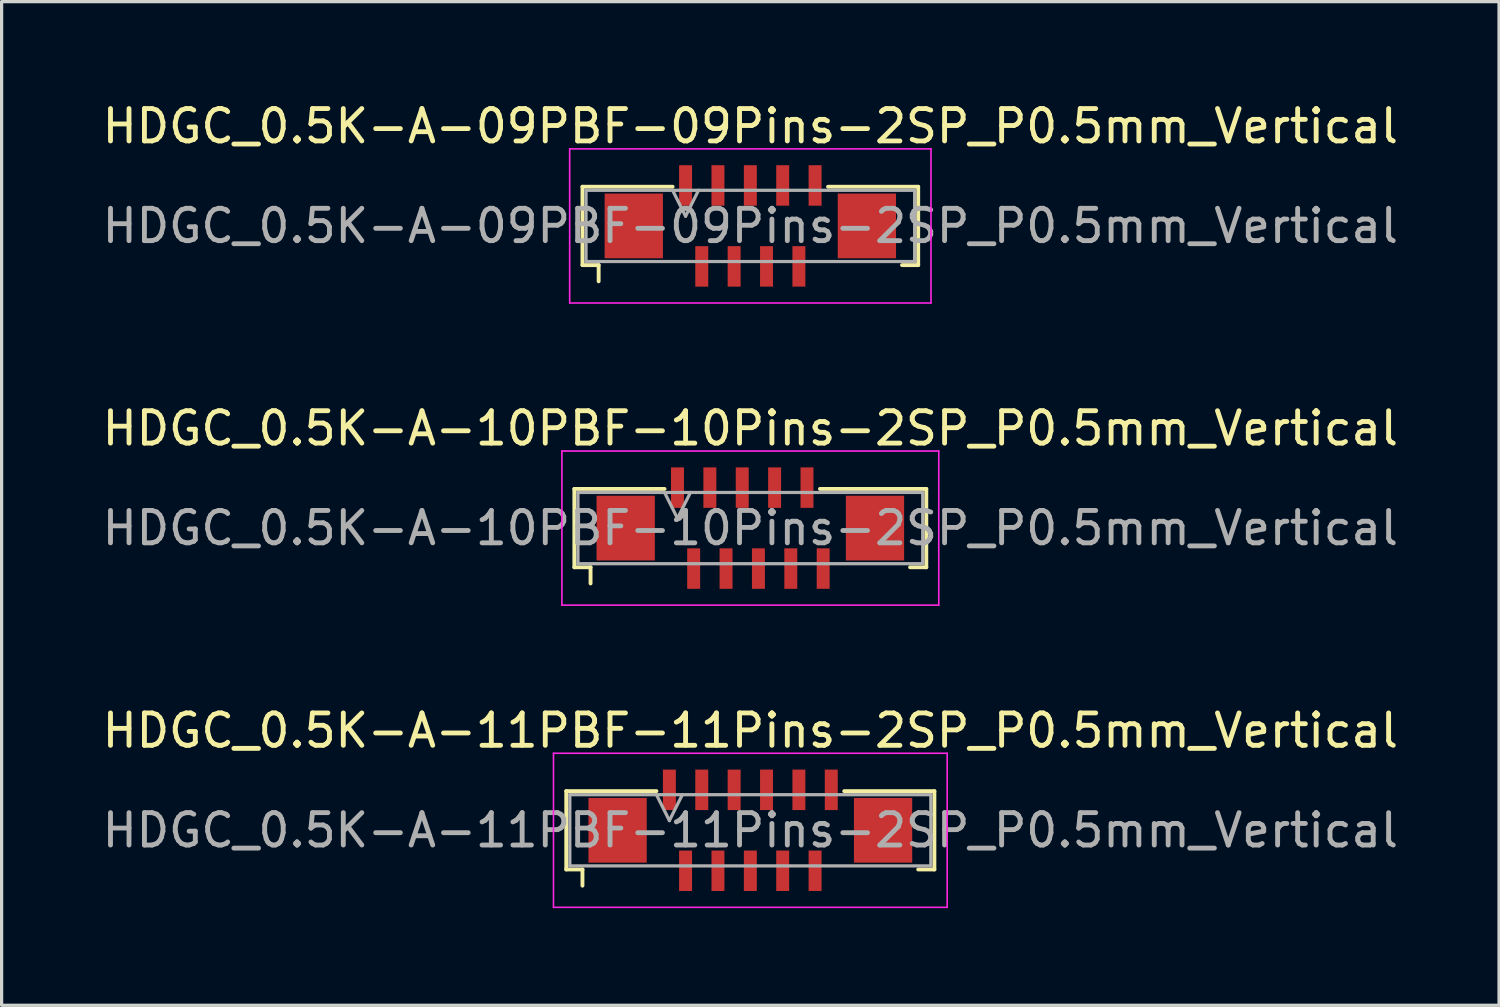
<source format=kicad_pcb>
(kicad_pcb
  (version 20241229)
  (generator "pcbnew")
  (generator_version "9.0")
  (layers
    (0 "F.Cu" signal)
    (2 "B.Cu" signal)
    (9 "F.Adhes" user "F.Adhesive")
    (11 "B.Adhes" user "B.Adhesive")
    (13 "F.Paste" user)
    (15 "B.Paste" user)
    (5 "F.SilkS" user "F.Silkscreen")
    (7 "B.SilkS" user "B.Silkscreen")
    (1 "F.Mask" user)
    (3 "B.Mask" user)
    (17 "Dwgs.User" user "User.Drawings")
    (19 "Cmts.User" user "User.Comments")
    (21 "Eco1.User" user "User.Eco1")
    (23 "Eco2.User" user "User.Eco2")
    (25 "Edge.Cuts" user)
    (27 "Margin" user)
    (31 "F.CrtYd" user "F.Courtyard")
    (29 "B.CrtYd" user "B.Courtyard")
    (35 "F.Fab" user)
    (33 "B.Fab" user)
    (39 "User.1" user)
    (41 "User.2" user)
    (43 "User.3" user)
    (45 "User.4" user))
  (footprint "HDGC_0.5K-A-11PBF-11Pins-2SP_P0.5mm_Vertical"
    (layer "F.Cu")
    (at 20.125 22.595)
    (property "Reference" "HDGC_0.5K-A-11PBF-11Pins-2SP_P0.5mm_Vertical" (at 0 -3.08 0) (layer "F.SilkS") (effects (font (size 1 1) (thickness 0.15))))
    (attr smd)
    (fp_line (start -5.685 -1.21) (end -2.9 -1.21) (stroke (width 0.12) (type solid)) (layer "F.SilkS"))
    (fp_line (start -5.685 1.21) (end -5.685 -1.21) (stroke (width 0.12) (type solid)) (layer "F.SilkS"))
    (fp_line (start -5.185 1.21) (end -5.685 1.21) (stroke (width 0.12) (type solid)) (layer "F.SilkS"))
    (fp_line (start -5.185 1.71) (end -5.185 1.21) (stroke (width 0.12) (type solid)) (layer "F.SilkS"))
    (fp_line (start 5.185 1.21) (end 5.685 1.21) (stroke (width 0.12) (type solid)) (layer "F.SilkS"))
    (fp_line (start 5.685 -1.21) (end 2.9 -1.21) (stroke (width 0.12) (type solid)) (layer "F.SilkS"))
    (fp_line (start 5.685 1.21) (end 5.685 -1.21) (stroke (width 0.12) (type solid)) (layer "F.SilkS"))
    (fp_line (start -6.08 -2.38) (end 6.08 -2.38) (stroke (width 0.05) (type solid)) (layer "F.CrtYd"))
    (fp_line (start -6.08 2.38) (end -6.08 -2.38) (stroke (width 0.05) (type solid)) (layer "F.CrtYd"))
    (fp_line (start 6.08 -2.38) (end 6.08 2.38) (stroke (width 0.05) (type solid)) (layer "F.CrtYd"))
    (fp_line (start 6.08 2.38) (end -6.08 2.38) (stroke (width 0.05) (type solid)) (layer "F.CrtYd"))
    (fp_line (start -5.575 -1.1) (end -5.575 1.1) (stroke (width 0.1) (type solid)) (layer "F.Fab"))
    (fp_line (start -5.575 1.1) (end 5.575 1.1) (stroke (width 0.1) (type solid)) (layer "F.Fab"))
    (fp_line (start -2.9 -1.1) (end -2.5 -0.3) (stroke (width 0.1) (type solid)) (layer "F.Fab"))
    (fp_line (start -2.5 -0.3) (end -2.1 -1.1) (stroke (width 0.1) (type solid)) (layer "F.Fab"))
    (fp_line (start 5.575 -1.1) (end -5.575 -1.1) (stroke (width 0.1) (type solid)) (layer "F.Fab"))
    (fp_line (start 5.575 1.1) (end 5.575 -1.1) (stroke (width 0.1) (type solid)) (layer "F.Fab"))
    (fp_text user "${REFERENCE}" (at 0 0 0) (layer "F.Fab") (effects (font (size 1 1) (thickness 0.15))))
    (pad "1" smd rect (at -2.5 -1.25) (size 0.4 1.25) (layers "F.Cu" "F.Mask" "F.Paste"))
    (pad "2" smd rect (at -2 1.25) (size 0.4 1.25) (layers "F.Cu" "F.Mask" "F.Paste"))
    (pad "3" smd rect (at -1.5 -1.25) (size 0.4 1.25) (layers "F.Cu" "F.Mask" "F.Paste"))
    (pad "4" smd rect (at -1 1.25) (size 0.4 1.25) (layers "F.Cu" "F.Mask" "F.Paste"))
    (pad "5" smd rect (at -0.5 -1.25) (size 0.4 1.25) (layers "F.Cu" "F.Mask" "F.Paste"))
    (pad "6" smd rect (at 0 1.25) (size 0.4 1.25) (layers "F.Cu" "F.Mask" "F.Paste"))
    (pad "7" smd rect (at 0.5 -1.25) (size 0.4 1.25) (layers "F.Cu" "F.Mask" "F.Paste"))
    (pad "8" smd rect (at 1 1.25) (size 0.4 1.25) (layers "F.Cu" "F.Mask" "F.Paste"))
    (pad "9" smd rect (at 1.5 -1.25) (size 0.4 1.25) (layers "F.Cu" "F.Mask" "F.Paste"))
    (pad "10" smd rect (at 2 1.25) (size 0.4 1.25) (layers "F.Cu" "F.Mask" "F.Paste"))
    (pad "11" smd rect (at 2.5 -1.25) (size 0.4 1.25) (layers "F.Cu" "F.Mask" "F.Paste"))
    (pad "MP" smd rect (at -4.1 0) (size 1.8 2) (layers "F.Cu" "F.Mask" "F.Paste"))
    (pad "MP" smd rect (at 4.1 0) (size 1.8 2) (layers "F.Cu" "F.Mask" "F.Paste")))
  (footprint "HDGC_0.5K-A-09PBF-09Pins-2SP_P0.5mm_Vertical"
    (layer "F.Cu")
    (at 20.125 3.928)
    (property "Reference" "HDGC_0.5K-A-09PBF-09Pins-2SP_P0.5mm_Vertical" (at 0 -3.08 0) (layer "F.SilkS") (effects (font (size 1 1) (thickness 0.15))))
    (attr smd)
    (fp_line (start -5.185 -1.21) (end -2.4 -1.21) (stroke (width 0.12) (type solid)) (layer "F.SilkS"))
    (fp_line (start -5.185 1.21) (end -5.185 -1.21) (stroke (width 0.12) (type solid)) (layer "F.SilkS"))
    (fp_line (start -4.685 1.21) (end -5.185 1.21) (stroke (width 0.12) (type solid)) (layer "F.SilkS"))
    (fp_line (start -4.685 1.71) (end -4.685 1.21) (stroke (width 0.12) (type solid)) (layer "F.SilkS"))
    (fp_line (start 4.685 1.21) (end 5.185 1.21) (stroke (width 0.12) (type solid)) (layer "F.SilkS"))
    (fp_line (start 5.185 -1.21) (end 2.4 -1.21) (stroke (width 0.12) (type solid)) (layer "F.SilkS"))
    (fp_line (start 5.185 1.21) (end 5.185 -1.21) (stroke (width 0.12) (type solid)) (layer "F.SilkS"))
    (fp_line (start -5.58 -2.38) (end 5.58 -2.38) (stroke (width 0.05) (type solid)) (layer "F.CrtYd"))
    (fp_line (start -5.58 2.38) (end -5.58 -2.38) (stroke (width 0.05) (type solid)) (layer "F.CrtYd"))
    (fp_line (start 5.58 -2.38) (end 5.58 2.38) (stroke (width 0.05) (type solid)) (layer "F.CrtYd"))
    (fp_line (start 5.58 2.38) (end -5.58 2.38) (stroke (width 0.05) (type solid)) (layer "F.CrtYd"))
    (fp_line (start -5.075 -1.1) (end -5.075 1.1) (stroke (width 0.1) (type solid)) (layer "F.Fab"))
    (fp_line (start -5.075 1.1) (end 5.075 1.1) (stroke (width 0.1) (type solid)) (layer "F.Fab"))
    (fp_line (start -2.4 -1.1) (end -2 -0.3) (stroke (width 0.1) (type solid)) (layer "F.Fab"))
    (fp_line (start -2 -0.3) (end -1.6 -1.1) (stroke (width 0.1) (type solid)) (layer "F.Fab"))
    (fp_line (start 5.075 -1.1) (end -5.075 -1.1) (stroke (width 0.1) (type solid)) (layer "F.Fab"))
    (fp_line (start 5.075 1.1) (end 5.075 -1.1) (stroke (width 0.1) (type solid)) (layer "F.Fab"))
    (fp_text user "${REFERENCE}" (at 0 0 0) (layer "F.Fab") (effects (font (size 1 1) (thickness 0.15))))
    (pad "1" smd rect (at -2 -1.25) (size 0.4 1.25) (layers "F.Cu" "F.Mask" "F.Paste"))
    (pad "2" smd rect (at -1.5 1.25) (size 0.4 1.25) (layers "F.Cu" "F.Mask" "F.Paste"))
    (pad "3" smd rect (at -1 -1.25) (size 0.4 1.25) (layers "F.Cu" "F.Mask" "F.Paste"))
    (pad "4" smd rect (at -0.5 1.25) (size 0.4 1.25) (layers "F.Cu" "F.Mask" "F.Paste"))
    (pad "5" smd rect (at 0 -1.25) (size 0.4 1.25) (layers "F.Cu" "F.Mask" "F.Paste"))
    (pad "6" smd rect (at 0.5 1.25) (size 0.4 1.25) (layers "F.Cu" "F.Mask" "F.Paste"))
    (pad "7" smd rect (at 1 -1.25) (size 0.4 1.25) (layers "F.Cu" "F.Mask" "F.Paste"))
    (pad "8" smd rect (at 1.5 1.25) (size 0.4 1.25) (layers "F.Cu" "F.Mask" "F.Paste"))
    (pad "9" smd rect (at 2 -1.25) (size 0.4 1.25) (layers "F.Cu" "F.Mask" "F.Paste"))
    (pad "MP" smd rect (at -3.6 0) (size 1.8 2) (layers "F.Cu" "F.Mask" "F.Paste"))
    (pad "MP" smd rect (at 3.6 0) (size 1.8 2) (layers "F.Cu" "F.Mask" "F.Paste")))
  (footprint "HDGC_0.5K-A-10PBF-10Pins-2SP_P0.5mm_Vertical"
    (layer "F.Cu")
    (at 20.125 13.261)
    (property "Reference" "HDGC_0.5K-A-10PBF-10Pins-2SP_P0.5mm_Vertical" (at 0 -3.08 0) (layer "F.SilkS") (effects (font (size 1 1) (thickness 0.15))))
    (attr smd)
    (fp_line (start -5.435 -1.21) (end -2.65 -1.21) (stroke (width 0.12) (type solid)) (layer "F.SilkS"))
    (fp_line (start -5.435 1.21) (end -5.435 -1.21) (stroke (width 0.12) (type solid)) (layer "F.SilkS"))
    (fp_line (start -4.935 1.21) (end -5.435 1.21) (stroke (width 0.12) (type solid)) (layer "F.SilkS"))
    (fp_line (start -4.935 1.71) (end -4.935 1.21) (stroke (width 0.12) (type solid)) (layer "F.SilkS"))
    (fp_line (start 4.935 1.21) (end 5.435 1.21) (stroke (width 0.12) (type solid)) (layer "F.SilkS"))
    (fp_line (start 5.435 -1.21) (end 2.15 -1.21) (stroke (width 0.12) (type solid)) (layer "F.SilkS"))
    (fp_line (start 5.435 1.21) (end 5.435 -1.21) (stroke (width 0.12) (type solid)) (layer "F.SilkS"))
    (fp_line (start -5.82 -2.38) (end 5.82 -2.38) (stroke (width 0.05) (type solid)) (layer "F.CrtYd"))
    (fp_line (start -5.82 2.38) (end -5.82 -2.38) (stroke (width 0.05) (type solid)) (layer "F.CrtYd"))
    (fp_line (start 5.82 -2.38) (end 5.82 2.38) (stroke (width 0.05) (type solid)) (layer "F.CrtYd"))
    (fp_line (start 5.82 2.38) (end -5.82 2.38) (stroke (width 0.05) (type solid)) (layer "F.CrtYd"))
    (fp_line (start -5.325 -1.1) (end -5.325 1.1) (stroke (width 0.1) (type solid)) (layer "F.Fab"))
    (fp_line (start -5.325 1.1) (end 5.325 1.1) (stroke (width 0.1) (type solid)) (layer "F.Fab"))
    (fp_line (start -2.65 -1.1) (end -2.25 -0.3) (stroke (width 0.1) (type solid)) (layer "F.Fab"))
    (fp_line (start -2.25 -0.3) (end -1.85 -1.1) (stroke (width 0.1) (type solid)) (layer "F.Fab"))
    (fp_line (start 5.325 -1.1) (end -5.325 -1.1) (stroke (width 0.1) (type solid)) (layer "F.Fab"))
    (fp_line (start 5.325 1.1) (end 5.325 -1.1) (stroke (width 0.1) (type solid)) (layer "F.Fab"))
    (fp_text user "${REFERENCE}" (at 0 0 0) (layer "F.Fab") (effects (font (size 1 1) (thickness 0.15))))
    (pad "1" smd rect (at -2.25 -1.25) (size 0.4 1.25) (layers "F.Cu" "F.Mask" "F.Paste"))
    (pad "2" smd rect (at -1.75 1.25) (size 0.4 1.25) (layers "F.Cu" "F.Mask" "F.Paste"))
    (pad "3" smd rect (at -1.25 -1.25) (size 0.4 1.25) (layers "F.Cu" "F.Mask" "F.Paste"))
    (pad "4" smd rect (at -0.75 1.25) (size 0.4 1.25) (layers "F.Cu" "F.Mask" "F.Paste"))
    (pad "5" smd rect (at -0.25 -1.25) (size 0.4 1.25) (layers "F.Cu" "F.Mask" "F.Paste"))
    (pad "6" smd rect (at 0.25 1.25) (size 0.4 1.25) (layers "F.Cu" "F.Mask" "F.Paste"))
    (pad "7" smd rect (at 0.75 -1.25) (size 0.4 1.25) (layers "F.Cu" "F.Mask" "F.Paste"))
    (pad "8" smd rect (at 1.25 1.25) (size 0.4 1.25) (layers "F.Cu" "F.Mask" "F.Paste"))
    (pad "9" smd rect (at 1.75 -1.25) (size 0.4 1.25) (layers "F.Cu" "F.Mask" "F.Paste"))
    (pad "10" smd rect (at 2.25 1.25) (size 0.4 1.25) (layers "F.Cu" "F.Mask" "F.Paste"))
    (pad "MP" smd rect (at -3.85 0) (size 1.8 2) (layers "F.Cu" "F.Mask" "F.Paste"))
    (pad "MP" smd rect (at 3.85 0) (size 1.8 2) (layers "F.Cu" "F.Mask" "F.Paste")))
  (gr_rect
    (start -3 -3)
    (end 43.25 28)
    (stroke (width 0.1) (type default))
    (fill no)
    (layer "Edge.Cuts")))
</source>
